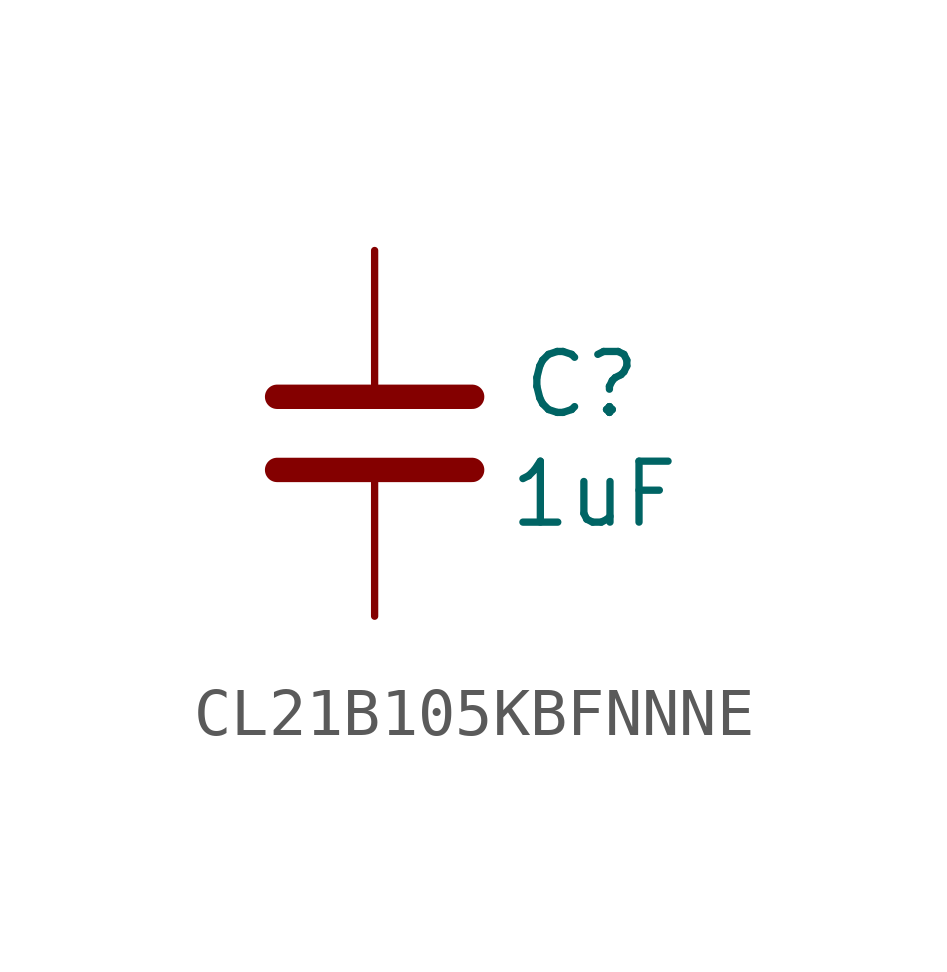
<source format=kicad_sym>
(kicad_symbol_lib
  (version 20241209)
  (generator "kicad_symbol_editor")
  (generator_version "9.0")
  (symbol "CL21B105KBFNNNE"
    (property "Reference" "C"
      (at 4.318 1.016 0)
      (effects (font (size 1.27 1.27))))
    (property "Value" "1uF"
      (at 4.572 -1.27 0)
      (effects (font (size 1.27 1.27))))
    (symbol "CL21B105KBFNNNE_0_1"
      (polyline (pts (xy -2.032 0.762) (xy 2.032 0.762)) (stroke (width 0.508) (type default)) (fill (type none)))
      (polyline (pts (xy -2.032 -0.762) (xy 2.032 -0.762)) (stroke (width 0.508) (type default)) (fill (type none))))
    (symbol "CL21B105KBFNNNE_1_1"
      (pin passive line (at 0 3.81 270) (length 2.794) (name "~" (effects (font (size 1.27 1.27)))) (number "1" (effects (font (size 0 0)))))
      (pin passive line (at 0 -3.81 90) (length 2.794) (name "~" (effects (font (size 1.27 1.27)))) (number "2" (effects (font (size 0 0))))))))
</source>
